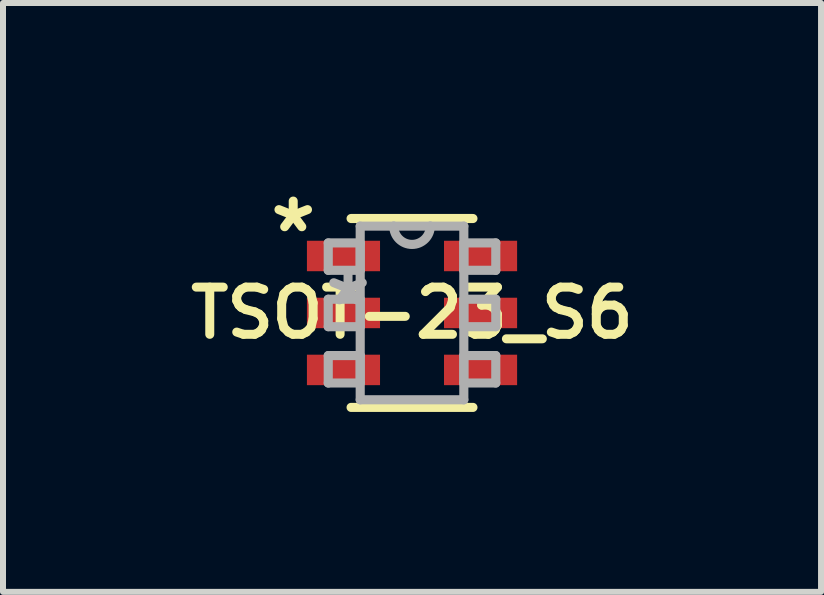
<source format=kicad_pcb>
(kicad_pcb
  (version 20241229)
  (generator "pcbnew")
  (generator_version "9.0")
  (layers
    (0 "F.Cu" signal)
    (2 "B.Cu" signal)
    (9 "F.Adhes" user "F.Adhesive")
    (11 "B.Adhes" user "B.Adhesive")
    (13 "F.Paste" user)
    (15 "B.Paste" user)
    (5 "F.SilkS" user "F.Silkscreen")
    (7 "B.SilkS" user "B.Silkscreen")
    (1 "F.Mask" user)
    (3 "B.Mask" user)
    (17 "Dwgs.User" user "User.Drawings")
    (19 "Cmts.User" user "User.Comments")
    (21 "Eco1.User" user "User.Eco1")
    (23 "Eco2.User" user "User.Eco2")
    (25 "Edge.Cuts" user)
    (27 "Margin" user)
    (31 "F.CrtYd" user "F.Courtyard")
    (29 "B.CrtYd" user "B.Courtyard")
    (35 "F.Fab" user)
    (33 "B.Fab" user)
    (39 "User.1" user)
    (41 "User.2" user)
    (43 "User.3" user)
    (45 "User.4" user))
  (footprint "TSOT-23_S6"
    (layer "F.Cu")
    (at 3.821 2.169)
    (property "Reference" "TSOT-23_S6" (at 0 0 0) (layer "F.SilkS") (effects (font (size 0.787 0.787) (thickness 0.15))))
    (attr through_hole)
    (fp_line (start -1.016 1.575) (end 1.016 1.575) (stroke (width 0.152) (type solid)) (layer "F.SilkS"))
    (fp_line (start 1.016 -1.575) (end -1.016 -1.575) (stroke (width 0.152) (type solid)) (layer "F.SilkS"))
    (fp_line (start -1.397 -1.168) (end -1.397 -0.711) (stroke (width 0.152) (type solid)) (layer "F.Fab"))
    (fp_line (start -1.397 -0.711) (end -0.864 -0.711) (stroke (width 0.152) (type solid)) (layer "F.Fab"))
    (fp_line (start -1.397 -0.229) (end -1.397 0.229) (stroke (width 0.152) (type solid)) (layer "F.Fab"))
    (fp_line (start -1.397 0.229) (end -0.864 0.229) (stroke (width 0.152) (type solid)) (layer "F.Fab"))
    (fp_line (start -1.397 0.711) (end -1.397 1.168) (stroke (width 0.152) (type solid)) (layer "F.Fab"))
    (fp_line (start -1.397 1.168) (end -0.864 1.168) (stroke (width 0.152) (type solid)) (layer "F.Fab"))
    (fp_line (start -0.864 -1.448) (end -0.864 1.448) (stroke (width 0.152) (type solid)) (layer "F.Fab"))
    (fp_line (start -0.864 -1.168) (end -1.397 -1.168) (stroke (width 0.152) (type solid)) (layer "F.Fab"))
    (fp_line (start -0.864 -0.711) (end -0.864 -1.168) (stroke (width 0.152) (type solid)) (layer "F.Fab"))
    (fp_line (start -0.864 -0.229) (end -1.397 -0.229) (stroke (width 0.152) (type solid)) (layer "F.Fab"))
    (fp_line (start -0.864 0.229) (end -0.864 -0.229) (stroke (width 0.152) (type solid)) (layer "F.Fab"))
    (fp_line (start -0.864 0.711) (end -1.397 0.711) (stroke (width 0.152) (type solid)) (layer "F.Fab"))
    (fp_line (start -0.864 1.168) (end -0.864 0.711) (stroke (width 0.152) (type solid)) (layer "F.Fab"))
    (fp_line (start -0.864 1.448) (end 0.864 1.448) (stroke (width 0.152) (type solid)) (layer "F.Fab"))
    (fp_line (start -0.305 -1.448) (end -0.864 -1.448) (stroke (width 0.152) (type solid)) (layer "F.Fab"))
    (fp_line (start 0.305 -1.448) (end -0.305 -1.448) (stroke (width 0.152) (type solid)) (layer "F.Fab"))
    (fp_line (start 0.864 -1.448) (end 0.305 -1.448) (stroke (width 0.152) (type solid)) (layer "F.Fab"))
    (fp_line (start 0.864 -1.168) (end 0.864 -0.711) (stroke (width 0.152) (type solid)) (layer "F.Fab"))
    (fp_line (start 0.864 -0.711) (end 1.397 -0.711) (stroke (width 0.152) (type solid)) (layer "F.Fab"))
    (fp_line (start 0.864 -0.229) (end 0.864 0.229) (stroke (width 0.152) (type solid)) (layer "F.Fab"))
    (fp_line (start 0.864 0.229) (end 1.397 0.229) (stroke (width 0.152) (type solid)) (layer "F.Fab"))
    (fp_line (start 0.864 0.711) (end 0.864 1.168) (stroke (width 0.152) (type solid)) (layer "F.Fab"))
    (fp_line (start 0.864 1.168) (end 1.397 1.168) (stroke (width 0.152) (type solid)) (layer "F.Fab"))
    (fp_line (start 0.864 1.448) (end 0.864 -1.448) (stroke (width 0.152) (type solid)) (layer "F.Fab"))
    (fp_line (start 1.397 -1.168) (end 0.864 -1.168) (stroke (width 0.152) (type solid)) (layer "F.Fab"))
    (fp_line (start 1.397 -0.711) (end 1.397 -1.168) (stroke (width 0.152) (type solid)) (layer "F.Fab"))
    (fp_line (start 1.397 -0.229) (end 0.864 -0.229) (stroke (width 0.152) (type solid)) (layer "F.Fab"))
    (fp_line (start 1.397 0.229) (end 1.397 -0.229) (stroke (width 0.152) (type solid)) (layer "F.Fab"))
    (fp_line (start 1.397 0.711) (end 0.864 0.711) (stroke (width 0.152) (type solid)) (layer "F.Fab"))
    (fp_line (start 1.397 1.168) (end 1.397 0.711) (stroke (width 0.152) (type solid)) (layer "F.Fab"))
    (fp_arc (start 0.3048 -1.4478) (mid 0 -1.143) (end -0.3048 -1.4478) (stroke (width 0.1524) (type solid)) (layer "F.Fab"))
    (fp_text user "*" (at -1.981 -1.321 0) (layer "F.SilkS") (effects (font (size 1 1) (thickness 0.15))))
    (fp_text user "*" (at -1.067 -0.102 0) (layer "F.Fab") (effects (font (size 1 1) (thickness 0.15))))
    (pad "1" smd rect (at -1.143 -0.95) (size 1.219 0.508) (layers "F.Cu" "F.Mask" "F.Paste"))
    (pad "2" smd rect (at -1.143 0) (size 1.219 0.508) (layers "F.Cu" "F.Mask" "F.Paste"))
    (pad "3" smd rect (at -1.143 0.95) (size 1.219 0.508) (layers "F.Cu" "F.Mask" "F.Paste"))
    (pad "4" smd rect (at 1.143 0.95) (size 1.219 0.508) (layers "F.Cu" "F.Mask" "F.Paste"))
    (pad "5" smd rect (at 1.143 0) (size 1.219 0.508) (layers "F.Cu" "F.Mask" "F.Paste"))
    (pad "6" smd rect (at 1.143 -0.95) (size 1.219 0.508) (layers "F.Cu" "F.Mask" "F.Paste")))
  (gr_rect
    (start -3 -3)
    (end 10.642 6.82)
    (stroke (width 0.1) (type default))
    (fill no)
    (layer "Edge.Cuts")))
</source>
